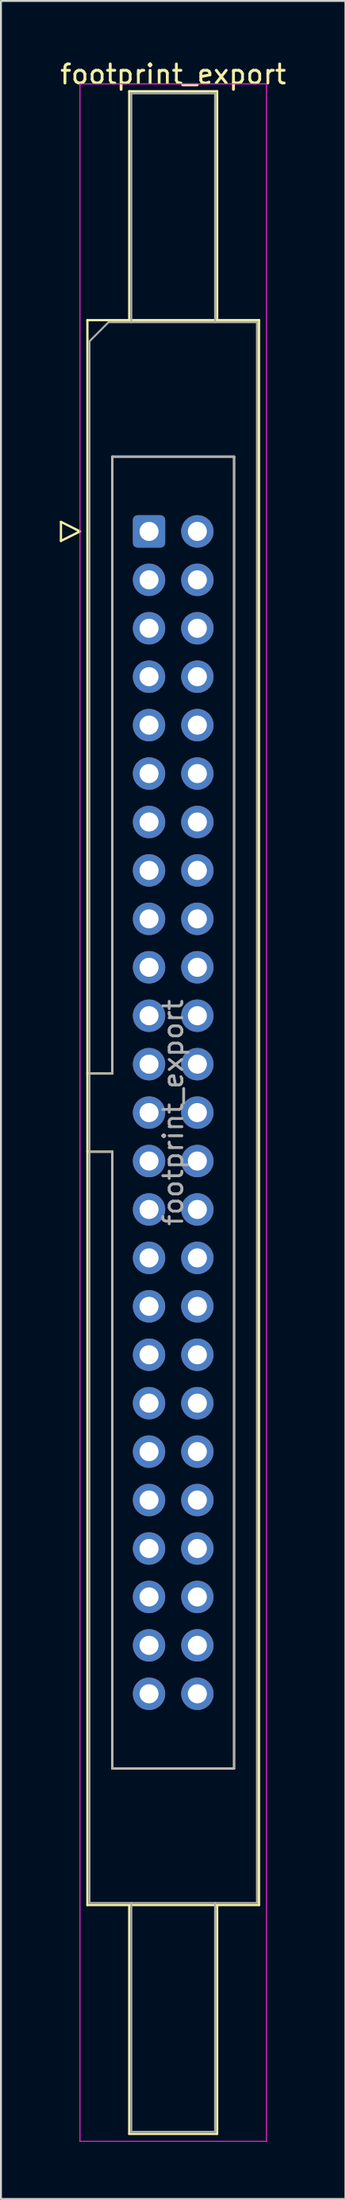
<source format=kicad_pcb>
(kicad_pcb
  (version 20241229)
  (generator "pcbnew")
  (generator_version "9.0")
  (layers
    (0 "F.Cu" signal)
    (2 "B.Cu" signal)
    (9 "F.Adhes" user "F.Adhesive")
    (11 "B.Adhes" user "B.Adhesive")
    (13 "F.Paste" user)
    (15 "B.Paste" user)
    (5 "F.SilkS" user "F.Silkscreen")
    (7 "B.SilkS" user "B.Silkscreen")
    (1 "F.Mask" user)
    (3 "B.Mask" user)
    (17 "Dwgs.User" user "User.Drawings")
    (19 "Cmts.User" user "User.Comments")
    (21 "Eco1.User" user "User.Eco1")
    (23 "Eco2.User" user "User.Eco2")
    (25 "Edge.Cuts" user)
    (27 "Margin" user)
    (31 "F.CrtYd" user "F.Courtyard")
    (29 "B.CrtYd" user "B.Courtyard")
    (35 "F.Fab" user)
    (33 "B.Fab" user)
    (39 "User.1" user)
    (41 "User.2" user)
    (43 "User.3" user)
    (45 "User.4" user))
  (footprint "footprint_export"
    (layer "F.Cu")
    (at 4.784 24.818)
    (property "Reference" "footprint_export" (at 1.27 -23.97 0) (layer "F.SilkS") (effects (font (size 1 1) (thickness 0.15))))
    (attr through_hole)
    (fp_line (start -4.63 -0.5) (end -4.63 0.5) (stroke (width 0.12) (type solid)) (layer "F.SilkS"))
    (fp_line (start -4.63 0.5) (end -3.63 0) (stroke (width 0.12) (type solid)) (layer "F.SilkS"))
    (fp_line (start -3.63 0) (end -4.63 -0.5) (stroke (width 0.12) (type solid)) (layer "F.SilkS"))
    (fp_line (start -3.24 -11.08) (end 5.78 -11.08) (stroke (width 0.12) (type solid)) (layer "F.SilkS"))
    (fp_line (start -3.24 28.43) (end -1.93 28.43) (stroke (width 0.12) (type solid)) (layer "F.SilkS"))
    (fp_line (start -3.24 72.04) (end -3.24 -11.08) (stroke (width 0.12) (type solid)) (layer "F.SilkS"))
    (fp_line (start -1.93 -3.92) (end 4.47 -3.92) (stroke (width 0.12) (type solid)) (layer "F.SilkS"))
    (fp_line (start -1.93 28.43) (end -1.93 -3.92) (stroke (width 0.12) (type solid)) (layer "F.SilkS"))
    (fp_line (start -1.93 32.53) (end -3.24 32.53) (stroke (width 0.12) (type solid)) (layer "F.SilkS"))
    (fp_line (start -1.93 32.53) (end -1.93 32.53) (stroke (width 0.12) (type solid)) (layer "F.SilkS"))
    (fp_line (start -1.93 64.88) (end -1.93 32.53) (stroke (width 0.12) (type solid)) (layer "F.SilkS"))
    (fp_line (start -1.04 -23.08) (end 3.58 -23.08) (stroke (width 0.12) (type solid)) (layer "F.SilkS"))
    (fp_line (start -1.04 -11.08) (end -1.04 -23.08) (stroke (width 0.12) (type solid)) (layer "F.SilkS"))
    (fp_line (start -1.04 72.04) (end -1.04 84.04) (stroke (width 0.12) (type solid)) (layer "F.SilkS"))
    (fp_line (start -1.04 84.04) (end 3.58 84.04) (stroke (width 0.12) (type solid)) (layer "F.SilkS"))
    (fp_line (start 3.58 -23.08) (end 3.58 -11.08) (stroke (width 0.12) (type solid)) (layer "F.SilkS"))
    (fp_line (start 3.58 84.04) (end 3.58 72.04) (stroke (width 0.12) (type solid)) (layer "F.SilkS"))
    (fp_line (start 4.47 -3.92) (end 4.47 64.88) (stroke (width 0.12) (type solid)) (layer "F.SilkS"))
    (fp_line (start 4.47 64.88) (end -1.93 64.88) (stroke (width 0.12) (type solid)) (layer "F.SilkS"))
    (fp_line (start 5.78 -11.08) (end 5.78 72.04) (stroke (width 0.12) (type solid)) (layer "F.SilkS"))
    (fp_line (start 5.78 72.04) (end -3.24 72.04) (stroke (width 0.12) (type solid)) (layer "F.SilkS"))
    (fp_line (start -3.63 -23.47) (end -3.63 84.43) (stroke (width 0.05) (type solid)) (layer "F.CrtYd"))
    (fp_line (start -3.63 84.43) (end 6.17 84.43) (stroke (width 0.05) (type solid)) (layer "F.CrtYd"))
    (fp_line (start 6.17 -23.47) (end -3.63 -23.47) (stroke (width 0.05) (type solid)) (layer "F.CrtYd"))
    (fp_line (start 6.17 84.43) (end 6.17 -23.47) (stroke (width 0.05) (type solid)) (layer "F.CrtYd"))
    (fp_line (start -3.13 -9.97) (end -2.13 -10.97) (stroke (width 0.1) (type solid)) (layer "F.Fab"))
    (fp_line (start -3.13 28.43) (end -1.93 28.43) (stroke (width 0.1) (type solid)) (layer "F.Fab"))
    (fp_line (start -3.13 71.93) (end -3.13 -9.97) (stroke (width 0.1) (type solid)) (layer "F.Fab"))
    (fp_line (start -2.13 -10.97) (end 5.67 -10.97) (stroke (width 0.1) (type solid)) (layer "F.Fab"))
    (fp_line (start -1.93 -3.92) (end 4.47 -3.92) (stroke (width 0.1) (type solid)) (layer "F.Fab"))
    (fp_line (start -1.93 28.43) (end -1.93 -3.92) (stroke (width 0.1) (type solid)) (layer "F.Fab"))
    (fp_line (start -1.93 32.53) (end -3.13 32.53) (stroke (width 0.1) (type solid)) (layer "F.Fab"))
    (fp_line (start -1.93 32.53) (end -1.93 32.53) (stroke (width 0.1) (type solid)) (layer "F.Fab"))
    (fp_line (start -1.93 64.88) (end -1.93 32.53) (stroke (width 0.1) (type solid)) (layer "F.Fab"))
    (fp_line (start -0.93 -22.97) (end 3.47 -22.97) (stroke (width 0.1) (type solid)) (layer "F.Fab"))
    (fp_line (start -0.93 -10.97) (end -0.93 -22.97) (stroke (width 0.1) (type solid)) (layer "F.Fab"))
    (fp_line (start -0.93 71.93) (end -0.93 83.93) (stroke (width 0.1) (type solid)) (layer "F.Fab"))
    (fp_line (start -0.93 83.93) (end 3.47 83.93) (stroke (width 0.1) (type solid)) (layer "F.Fab"))
    (fp_line (start 3.47 -22.97) (end 3.47 -10.97) (stroke (width 0.1) (type solid)) (layer "F.Fab"))
    (fp_line (start 3.47 83.93) (end 3.47 71.93) (stroke (width 0.1) (type solid)) (layer "F.Fab"))
    (fp_line (start 4.47 -3.92) (end 4.47 64.88) (stroke (width 0.1) (type solid)) (layer "F.Fab"))
    (fp_line (start 4.47 64.88) (end -1.93 64.88) (stroke (width 0.1) (type solid)) (layer "F.Fab"))
    (fp_line (start 5.67 -10.97) (end 5.67 71.93) (stroke (width 0.1) (type solid)) (layer "F.Fab"))
    (fp_line (start 5.67 71.93) (end -3.13 71.93) (stroke (width 0.1) (type solid)) (layer "F.Fab"))
    (fp_text user "${REFERENCE}" (at 1.27 30.48 90) (layer "F.Fab") (effects (font (size 1 1) (thickness 0.15))))
    (pad "1" thru_hole roundrect (at 0 0) (size 1.7 1.7) (drill 1) (layers "*.Cu" "*.Mask") (roundrect_rratio 0.147))
    (pad "2" thru_hole circle (at 2.54 0) (size 1.7 1.7) (drill 1) (layers "*.Cu" "*.Mask"))
    (pad "3" thru_hole circle (at 0 2.54) (size 1.7 1.7) (drill 1) (layers "*.Cu" "*.Mask"))
    (pad "4" thru_hole circle (at 2.54 2.54) (size 1.7 1.7) (drill 1) (layers "*.Cu" "*.Mask"))
    (pad "5" thru_hole circle (at 0 5.08) (size 1.7 1.7) (drill 1) (layers "*.Cu" "*.Mask"))
    (pad "6" thru_hole circle (at 2.54 5.08) (size 1.7 1.7) (drill 1) (layers "*.Cu" "*.Mask"))
    (pad "7" thru_hole circle (at 0 7.62) (size 1.7 1.7) (drill 1) (layers "*.Cu" "*.Mask"))
    (pad "8" thru_hole circle (at 2.54 7.62) (size 1.7 1.7) (drill 1) (layers "*.Cu" "*.Mask"))
    (pad "9" thru_hole circle (at 0 10.16) (size 1.7 1.7) (drill 1) (layers "*.Cu" "*.Mask"))
    (pad "10" thru_hole circle (at 2.54 10.16) (size 1.7 1.7) (drill 1) (layers "*.Cu" "*.Mask"))
    (pad "11" thru_hole circle (at 0 12.7) (size 1.7 1.7) (drill 1) (layers "*.Cu" "*.Mask"))
    (pad "12" thru_hole circle (at 2.54 12.7) (size 1.7 1.7) (drill 1) (layers "*.Cu" "*.Mask"))
    (pad "13" thru_hole circle (at 0 15.24) (size 1.7 1.7) (drill 1) (layers "*.Cu" "*.Mask"))
    (pad "14" thru_hole circle (at 2.54 15.24) (size 1.7 1.7) (drill 1) (layers "*.Cu" "*.Mask"))
    (pad "15" thru_hole circle (at 0 17.78) (size 1.7 1.7) (drill 1) (layers "*.Cu" "*.Mask"))
    (pad "16" thru_hole circle (at 2.54 17.78) (size 1.7 1.7) (drill 1) (layers "*.Cu" "*.Mask"))
    (pad "17" thru_hole circle (at 0 20.32) (size 1.7 1.7) (drill 1) (layers "*.Cu" "*.Mask"))
    (pad "18" thru_hole circle (at 2.54 20.32) (size 1.7 1.7) (drill 1) (layers "*.Cu" "*.Mask"))
    (pad "19" thru_hole circle (at 0 22.86) (size 1.7 1.7) (drill 1) (layers "*.Cu" "*.Mask"))
    (pad "20" thru_hole circle (at 2.54 22.86) (size 1.7 1.7) (drill 1) (layers "*.Cu" "*.Mask"))
    (pad "21" thru_hole circle (at 0 25.4) (size 1.7 1.7) (drill 1) (layers "*.Cu" "*.Mask"))
    (pad "22" thru_hole circle (at 2.54 25.4) (size 1.7 1.7) (drill 1) (layers "*.Cu" "*.Mask"))
    (pad "23" thru_hole circle (at 0 27.94) (size 1.7 1.7) (drill 1) (layers "*.Cu" "*.Mask"))
    (pad "24" thru_hole circle (at 2.54 27.94) (size 1.7 1.7) (drill 1) (layers "*.Cu" "*.Mask"))
    (pad "25" thru_hole circle (at 0 30.48) (size 1.7 1.7) (drill 1) (layers "*.Cu" "*.Mask"))
    (pad "26" thru_hole circle (at 2.54 30.48) (size 1.7 1.7) (drill 1) (layers "*.Cu" "*.Mask"))
    (pad "27" thru_hole circle (at 0 33.02) (size 1.7 1.7) (drill 1) (layers "*.Cu" "*.Mask"))
    (pad "28" thru_hole circle (at 2.54 33.02) (size 1.7 1.7) (drill 1) (layers "*.Cu" "*.Mask"))
    (pad "29" thru_hole circle (at 0 35.56) (size 1.7 1.7) (drill 1) (layers "*.Cu" "*.Mask"))
    (pad "30" thru_hole circle (at 2.54 35.56) (size 1.7 1.7) (drill 1) (layers "*.Cu" "*.Mask"))
    (pad "31" thru_hole circle (at 0 38.1) (size 1.7 1.7) (drill 1) (layers "*.Cu" "*.Mask"))
    (pad "32" thru_hole circle (at 2.54 38.1) (size 1.7 1.7) (drill 1) (layers "*.Cu" "*.Mask"))
    (pad "33" thru_hole circle (at 0 40.64) (size 1.7 1.7) (drill 1) (layers "*.Cu" "*.Mask"))
    (pad "34" thru_hole circle (at 2.54 40.64) (size 1.7 1.7) (drill 1) (layers "*.Cu" "*.Mask"))
    (pad "35" thru_hole circle (at 0 43.18) (size 1.7 1.7) (drill 1) (layers "*.Cu" "*.Mask"))
    (pad "36" thru_hole circle (at 2.54 43.18) (size 1.7 1.7) (drill 1) (layers "*.Cu" "*.Mask"))
    (pad "37" thru_hole circle (at 0 45.72) (size 1.7 1.7) (drill 1) (layers "*.Cu" "*.Mask"))
    (pad "38" thru_hole circle (at 2.54 45.72) (size 1.7 1.7) (drill 1) (layers "*.Cu" "*.Mask"))
    (pad "39" thru_hole circle (at 0 48.26) (size 1.7 1.7) (drill 1) (layers "*.Cu" "*.Mask"))
    (pad "40" thru_hole circle (at 2.54 48.26) (size 1.7 1.7) (drill 1) (layers "*.Cu" "*.Mask"))
    (pad "41" thru_hole circle (at 0 50.8) (size 1.7 1.7) (drill 1) (layers "*.Cu" "*.Mask"))
    (pad "42" thru_hole circle (at 2.54 50.8) (size 1.7 1.7) (drill 1) (layers "*.Cu" "*.Mask"))
    (pad "43" thru_hole circle (at 0 53.34) (size 1.7 1.7) (drill 1) (layers "*.Cu" "*.Mask"))
    (pad "44" thru_hole circle (at 2.54 53.34) (size 1.7 1.7) (drill 1) (layers "*.Cu" "*.Mask"))
    (pad "45" thru_hole circle (at 0 55.88) (size 1.7 1.7) (drill 1) (layers "*.Cu" "*.Mask"))
    (pad "46" thru_hole circle (at 2.54 55.88) (size 1.7 1.7) (drill 1) (layers "*.Cu" "*.Mask"))
    (pad "47" thru_hole circle (at 0 58.42) (size 1.7 1.7) (drill 1) (layers "*.Cu" "*.Mask"))
    (pad "48" thru_hole circle (at 2.54 58.42) (size 1.7 1.7) (drill 1) (layers "*.Cu" "*.Mask"))
    (pad "49" thru_hole circle (at 0 60.96) (size 1.7 1.7) (drill 1) (layers "*.Cu" "*.Mask"))
    (pad "50" thru_hole circle (at 2.54 60.96) (size 1.7 1.7) (drill 1) (layers "*.Cu" "*.Mask")))
  (gr_rect
    (start -3 -3)
    (end 15.107 112.273)
    (stroke (width 0.1) (type default))
    (fill no)
    (layer "Edge.Cuts")))
</source>
